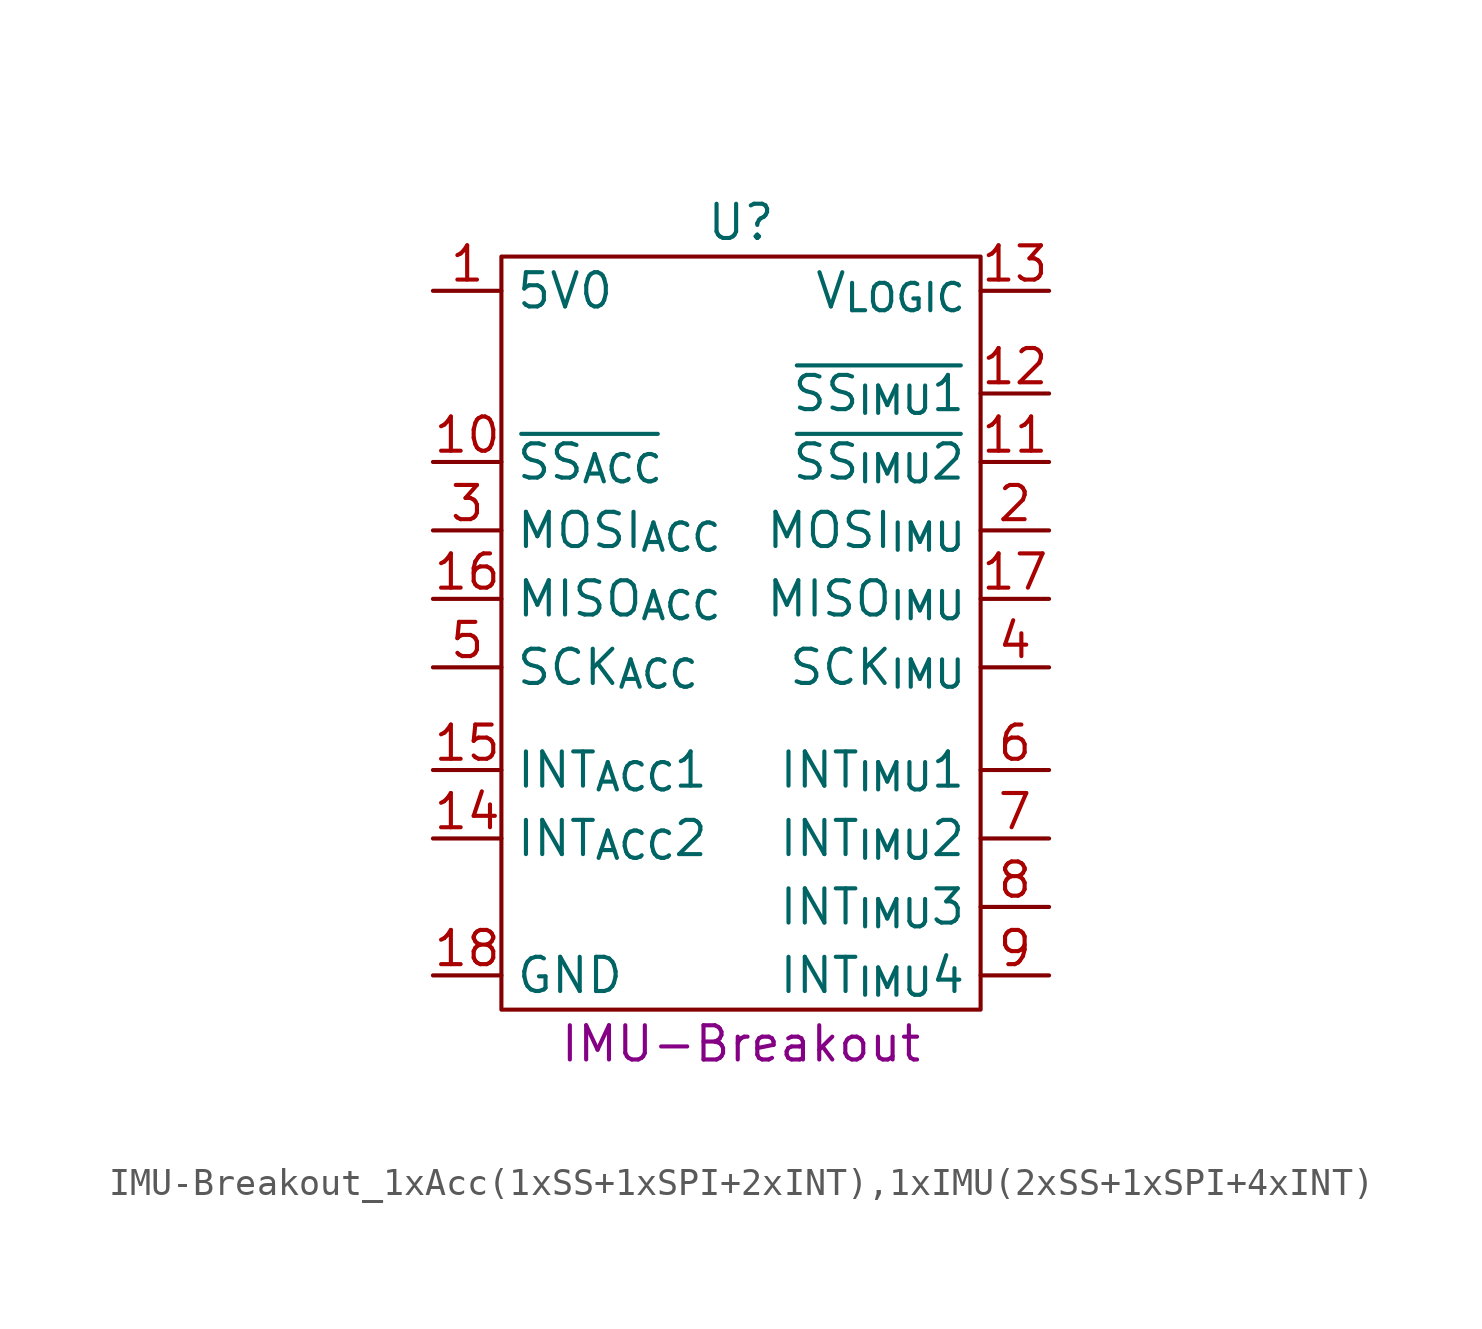
<source format=kicad_sym>
(kicad_symbol_lib
  (version 20211014)
  (generator kicad_symbol_editor)
  (symbol "IMU-Breakout_1xAcc(1xSS+1xSPI+2xINT),1xIMU(2xSS+1xSPI+4xINT)"
    (property "Reference" "U"
      (at 0 15.24 0)
      (effects (font (size 1.27 1.27))))
    (property "DisplayValue" "IMU-Breakout"
      (at 0 -15.24 0)
      (effects (font (size 1.27 1.27))))
    (symbol "IMU-Breakout_1xAcc(1xSS+1xSPI+2xINT),1xIMU(2xSS+1xSPI+4xINT)_0_1"
      (rectangle (start -8.89 13.97) (end 8.89 -13.97) (stroke (width 0.152) (type default) (color 0 0 0 0)) (fill (type none))))
    (symbol "IMU-Breakout_1xAcc(1xSS+1xSPI+2xINT),1xIMU(2xSS+1xSPI+4xINT)_1_1"
      (pin power_in line (at -11.43 12.7 0) (length 2.54) (name "5V0" (effects (font (size 1.27 1.27)))) (number "1" (effects (font (size 1.27 1.27)))))
      (pin input line (at -11.43 6.35 0) (length 2.54) (name "~{SS_{ACC}}" (effects (font (size 1.27 1.27)))) (number "10" (effects (font (size 1.27 1.27)))))
      (pin input line (at 11.43 6.35 180) (length 2.54) (name "~{SS_{IMU}2}" (effects (font (size 1.27 1.27)))) (number "11" (effects (font (size 1.27 1.27)))))
      (pin input line (at 11.43 8.89 180) (length 2.54) (name "~{SS_{IMU}1}" (effects (font (size 1.27 1.27)))) (number "12" (effects (font (size 1.27 1.27)))))
      (pin input line (at 11.43 12.7 180) (length 2.54) (name "V_{LOGIC}" (effects (font (size 1.27 1.27)))) (number "13" (effects (font (size 1.27 1.27)))))
      (pin output line (at -11.43 -7.62 0) (length 2.54) (name "INT_{ACC}2" (effects (font (size 1.27 1.27)))) (number "14" (effects (font (size 1.27 1.27)))))
      (pin output line (at -11.43 -5.08 0) (length 2.54) (name "INT_{ACC}1" (effects (font (size 1.27 1.27)))) (number "15" (effects (font (size 1.27 1.27)))))
      (pin output line (at -11.43 1.27 0) (length 2.54) (name "MISO_{ACC}" (effects (font (size 1.27 1.27)))) (number "16" (effects (font (size 1.27 1.27)))))
      (pin output line (at 11.43 1.27 180) (length 2.54) (name "MISO_{IMU}" (effects (font (size 1.27 1.27)))) (number "17" (effects (font (size 1.27 1.27)))))
      (pin power_in line (at -11.43 -12.7 0) (length 2.54) (name "GND" (effects (font (size 1.27 1.27)))) (number "18" (effects (font (size 1.27 1.27)))))
      (pin input line (at 11.43 3.81 180) (length 2.54) (name "MOSI_{IMU}" (effects (font (size 1.27 1.27)))) (number "2" (effects (font (size 1.27 1.27)))))
      (pin input line (at -11.43 3.81 0) (length 2.54) (name "MOSI_{ACC}" (effects (font (size 1.27 1.27)))) (number "3" (effects (font (size 1.27 1.27)))))
      (pin input line (at 11.43 -1.27 180) (length 2.54) (name "SCK_{IMU}" (effects (font (size 1.27 1.27)))) (number "4" (effects (font (size 1.27 1.27)))))
      (pin input line (at -11.43 -1.27 0) (length 2.54) (name "SCK_{ACC}" (effects (font (size 1.27 1.27)))) (number "5" (effects (font (size 1.27 1.27)))))
      (pin output line (at 11.43 -5.08 180) (length 2.54) (name "INT_{IMU}1" (effects (font (size 1.27 1.27)))) (number "6" (effects (font (size 1.27 1.27)))))
      (pin output line (at 11.43 -7.62 180) (length 2.54) (name "INT_{IMU}2" (effects (font (size 1.27 1.27)))) (number "7" (effects (font (size 1.27 1.27)))))
      (pin output line (at 11.43 -10.16 180) (length 2.54) (name "INT_{IMU}3" (effects (font (size 1.27 1.27)))) (number "8" (effects (font (size 1.27 1.27)))))
      (pin output line (at 11.43 -12.7 180) (length 2.54) (name "INT_{IMU}4" (effects (font (size 1.27 1.27)))) (number "9" (effects (font (size 1.27 1.27))))))))
</source>
